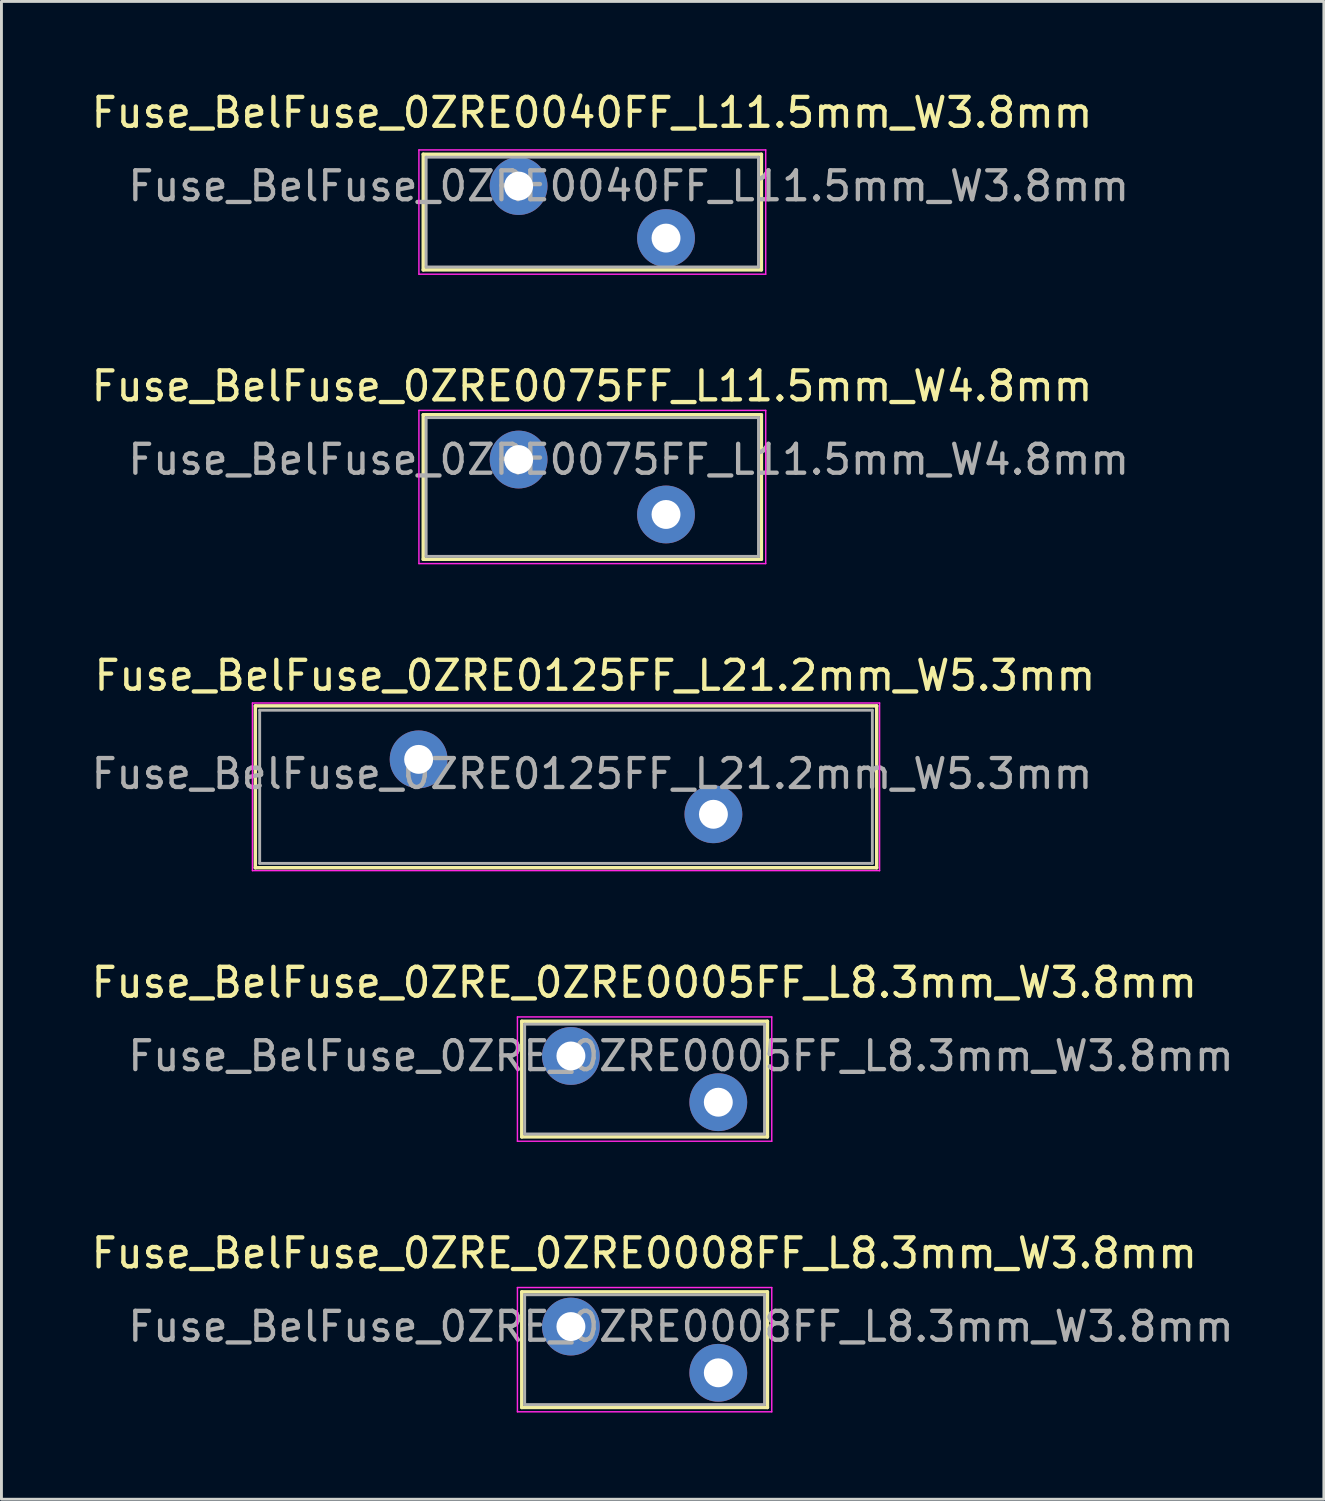
<source format=kicad_pcb>
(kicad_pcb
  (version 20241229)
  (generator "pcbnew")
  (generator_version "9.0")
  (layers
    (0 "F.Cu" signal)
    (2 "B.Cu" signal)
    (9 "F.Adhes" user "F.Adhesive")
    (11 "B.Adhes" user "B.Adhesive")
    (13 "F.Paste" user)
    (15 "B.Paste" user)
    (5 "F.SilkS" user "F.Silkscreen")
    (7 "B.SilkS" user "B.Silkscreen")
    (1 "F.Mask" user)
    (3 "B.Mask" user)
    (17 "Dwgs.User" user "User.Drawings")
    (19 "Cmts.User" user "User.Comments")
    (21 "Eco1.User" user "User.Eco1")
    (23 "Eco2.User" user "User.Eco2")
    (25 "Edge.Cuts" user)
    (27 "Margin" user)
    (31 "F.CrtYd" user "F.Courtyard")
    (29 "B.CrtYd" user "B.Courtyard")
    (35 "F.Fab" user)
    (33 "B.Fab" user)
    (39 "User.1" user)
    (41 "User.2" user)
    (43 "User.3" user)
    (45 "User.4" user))
  (footprint "Fuse_BelFuse_0ZRE_0ZRE0008FF_L8.3mm_W3.8mm"
    (layer "F.Cu")
    (at 16.704 42.851)
    (property "Reference" "Fuse_BelFuse_0ZRE_0ZRE0008FF_L8.3mm_W3.8mm" (at 2.54 -2.54 0) (layer "F.SilkS") (effects (font (size 1 1) (thickness 0.15))))
    (attr through_hole)
    (fp_line (start -1.7 -1.2) (end -1.7 2.8) (stroke (width 0.12) (type solid)) (layer "F.SilkS"))
    (fp_line (start -1.7 -1.2) (end 6.8 -1.2) (stroke (width 0.12) (type solid)) (layer "F.SilkS"))
    (fp_line (start -1.7 2.8) (end 6.8 2.8) (stroke (width 0.12) (type solid)) (layer "F.SilkS"))
    (fp_line (start 6.8 -1.2) (end 6.8 2.8) (stroke (width 0.12) (type solid)) (layer "F.SilkS"))
    (fp_line (start -1.85 -1.35) (end -1.85 2.95) (stroke (width 0.05) (type solid)) (layer "F.CrtYd"))
    (fp_line (start -1.85 -1.35) (end 6.95 -1.35) (stroke (width 0.05) (type solid)) (layer "F.CrtYd"))
    (fp_line (start -1.85 2.95) (end 6.95 2.95) (stroke (width 0.05) (type solid)) (layer "F.CrtYd"))
    (fp_line (start 6.95 -1.35) (end 6.95 2.95) (stroke (width 0.05) (type solid)) (layer "F.CrtYd"))
    (fp_line (start -1.6 -1.1) (end -1.6 2.7) (stroke (width 0.1) (type solid)) (layer "F.Fab"))
    (fp_line (start -1.6 -1.1) (end 6.7 -1.1) (stroke (width 0.1) (type solid)) (layer "F.Fab"))
    (fp_line (start -1.6 2.7) (end 6.7 2.7) (stroke (width 0.1) (type solid)) (layer "F.Fab"))
    (fp_line (start 6.7 -1.1) (end 6.7 2.7) (stroke (width 0.1) (type solid)) (layer "F.Fab"))
    (fp_text user "${REFERENCE}" (at 3.81 0 0) (layer "F.Fab") (effects (font (size 1 1) (thickness 0.15))))
    (pad "1" thru_hole circle (at 0 0) (size 2 2) (drill 1) (layers "*.Cu" "*.Mask"))
    (pad "2" thru_hole circle (at 5.1 1.6) (size 2 2) (drill 1) (layers "*.Cu" "*.Mask")))
  (footprint "Fuse_BelFuse_0ZRE0040FF_L11.5mm_W3.8mm"
    (layer "F.Cu")
    (at 14.895 3.388)
    (property "Reference" "Fuse_BelFuse_0ZRE0040FF_L11.5mm_W3.8mm" (at 2.54 -2.54 0) (layer "F.SilkS") (effects (font (size 1 1) (thickness 0.15))))
    (attr through_hole)
    (fp_line (start -3.3 -1.1) (end -3.3 2.9) (stroke (width 0.12) (type solid)) (layer "F.SilkS"))
    (fp_line (start -3.3 -1.1) (end 8.4 -1.1) (stroke (width 0.12) (type solid)) (layer "F.SilkS"))
    (fp_line (start -3.3 2.9) (end 8.4 2.9) (stroke (width 0.12) (type solid)) (layer "F.SilkS"))
    (fp_line (start 8.4 -1.1) (end 8.4 2.9) (stroke (width 0.12) (type solid)) (layer "F.SilkS"))
    (fp_line (start -3.45 -1.25) (end -3.45 3.05) (stroke (width 0.05) (type solid)) (layer "F.CrtYd"))
    (fp_line (start -3.45 -1.25) (end 8.55 -1.25) (stroke (width 0.05) (type solid)) (layer "F.CrtYd"))
    (fp_line (start -3.45 3.05) (end 8.55 3.05) (stroke (width 0.05) (type solid)) (layer "F.CrtYd"))
    (fp_line (start 8.55 -1.25) (end 8.55 3.05) (stroke (width 0.05) (type solid)) (layer "F.CrtYd"))
    (fp_line (start -3.2 -1) (end -3.2 2.8) (stroke (width 0.1) (type solid)) (layer "F.Fab"))
    (fp_line (start -3.2 -1) (end 8.3 -1) (stroke (width 0.1) (type solid)) (layer "F.Fab"))
    (fp_line (start -3.2 2.8) (end 8.3 2.8) (stroke (width 0.1) (type solid)) (layer "F.Fab"))
    (fp_line (start 8.3 -1) (end 8.3 2.8) (stroke (width 0.1) (type solid)) (layer "F.Fab"))
    (fp_text user "${REFERENCE}" (at 3.81 0 0) (layer "F.Fab") (effects (font (size 1 1) (thickness 0.15))))
    (pad "1" thru_hole circle (at 0 0) (size 2 2) (drill 1) (layers "*.Cu" "*.Mask"))
    (pad "2" thru_hole circle (at 5.1 1.8) (size 2 2) (drill 1) (layers "*.Cu" "*.Mask")))
  (footprint "Fuse_BelFuse_0ZRE0125FF_L21.2mm_W5.3mm"
    (layer "F.Cu")
    (at 11.435 23.225)
    (property "Reference" "Fuse_BelFuse_0ZRE0125FF_L21.2mm_W5.3mm" (at 6.1 -2.9 0) (layer "F.SilkS") (effects (font (size 1 1) (thickness 0.15))))
    (attr through_hole)
    (fp_line (start -5.65 -1.85) (end -5.65 3.75) (stroke (width 0.12) (type solid)) (layer "F.SilkS"))
    (fp_line (start -5.65 -1.85) (end 15.85 -1.85) (stroke (width 0.12) (type solid)) (layer "F.SilkS"))
    (fp_line (start -5.65 3.75) (end 15.85 3.75) (stroke (width 0.12) (type solid)) (layer "F.SilkS"))
    (fp_line (start 15.85 -1.85) (end 15.85 3.75) (stroke (width 0.12) (type solid)) (layer "F.SilkS"))
    (fp_line (start -5.75 -1.95) (end -5.75 3.85) (stroke (width 0.05) (type solid)) (layer "F.CrtYd"))
    (fp_line (start -5.75 -1.95) (end 15.95 -1.95) (stroke (width 0.05) (type solid)) (layer "F.CrtYd"))
    (fp_line (start -5.75 3.85) (end 15.95 3.85) (stroke (width 0.05) (type solid)) (layer "F.CrtYd"))
    (fp_line (start 15.95 -1.95) (end 15.95 3.85) (stroke (width 0.05) (type solid)) (layer "F.CrtYd"))
    (fp_line (start -5.5 -1.7) (end -5.5 3.6) (stroke (width 0.1) (type solid)) (layer "F.Fab"))
    (fp_line (start -5.5 -1.7) (end 15.7 -1.7) (stroke (width 0.1) (type solid)) (layer "F.Fab"))
    (fp_line (start -5.5 3.6) (end 15.7 3.6) (stroke (width 0.1) (type solid)) (layer "F.Fab"))
    (fp_line (start 15.7 -1.7) (end 15.7 3.6) (stroke (width 0.1) (type solid)) (layer "F.Fab"))
    (fp_text user "${REFERENCE}" (at 6 0.5 0) (layer "F.Fab") (effects (font (size 1 1) (thickness 0.15))))
    (pad "1" thru_hole circle (at 0 0) (size 2 2) (drill 1) (layers "*.Cu" "*.Mask"))
    (pad "2" thru_hole circle (at 10.2 1.9) (size 2 2) (drill 1) (layers "*.Cu" "*.Mask")))
  (footprint "Fuse_BelFuse_0ZRE0075FF_L11.5mm_W4.8mm"
    (layer "F.Cu")
    (at 14.895 12.851)
    (property "Reference" "Fuse_BelFuse_0ZRE0075FF_L11.5mm_W4.8mm" (at 2.54 -2.54 0) (layer "F.SilkS") (effects (font (size 1 1) (thickness 0.15))))
    (attr through_hole)
    (fp_line (start -3.3 -1.55) (end -3.3 3.45) (stroke (width 0.12) (type solid)) (layer "F.SilkS"))
    (fp_line (start -3.3 -1.55) (end 8.4 -1.55) (stroke (width 0.12) (type solid)) (layer "F.SilkS"))
    (fp_line (start -3.3 3.45) (end 8.4 3.45) (stroke (width 0.12) (type solid)) (layer "F.SilkS"))
    (fp_line (start 8.4 -1.55) (end 8.4 3.45) (stroke (width 0.12) (type solid)) (layer "F.SilkS"))
    (fp_line (start -3.45 -1.7) (end -3.45 3.6) (stroke (width 0.05) (type solid)) (layer "F.CrtYd"))
    (fp_line (start -3.45 -1.7) (end 8.55 -1.7) (stroke (width 0.05) (type solid)) (layer "F.CrtYd"))
    (fp_line (start -3.45 3.6) (end 8.55 3.6) (stroke (width 0.05) (type solid)) (layer "F.CrtYd"))
    (fp_line (start 8.55 -1.7) (end 8.55 3.6) (stroke (width 0.05) (type solid)) (layer "F.CrtYd"))
    (fp_line (start -3.2 -1.45) (end -3.2 3.35) (stroke (width 0.1) (type solid)) (layer "F.Fab"))
    (fp_line (start -3.2 -1.45) (end 8.3 -1.45) (stroke (width 0.1) (type solid)) (layer "F.Fab"))
    (fp_line (start -3.2 3.35) (end 8.3 3.35) (stroke (width 0.1) (type solid)) (layer "F.Fab"))
    (fp_line (start 8.3 -1.45) (end 8.3 3.35) (stroke (width 0.1) (type solid)) (layer "F.Fab"))
    (fp_text user "${REFERENCE}" (at 3.81 0 0) (layer "F.Fab") (effects (font (size 1 1) (thickness 0.15))))
    (pad "1" thru_hole circle (at 0 0) (size 2 2) (drill 1) (layers "*.Cu" "*.Mask"))
    (pad "2" thru_hole circle (at 5.1 1.9) (size 2 2) (drill 1) (layers "*.Cu" "*.Mask")))
  (footprint "Fuse_BelFuse_0ZRE_0ZRE0005FF_L8.3mm_W3.8mm"
    (layer "F.Cu")
    (at 16.704 33.488)
    (property "Reference" "Fuse_BelFuse_0ZRE_0ZRE0005FF_L8.3mm_W3.8mm" (at 2.54 -2.54 0) (layer "F.SilkS") (effects (font (size 1 1) (thickness 0.15))))
    (attr through_hole)
    (fp_line (start -1.7 -1.2) (end -1.7 2.8) (stroke (width 0.12) (type solid)) (layer "F.SilkS"))
    (fp_line (start -1.7 -1.2) (end 6.8 -1.2) (stroke (width 0.12) (type solid)) (layer "F.SilkS"))
    (fp_line (start -1.7 2.8) (end 6.8 2.8) (stroke (width 0.12) (type solid)) (layer "F.SilkS"))
    (fp_line (start 6.8 -1.2) (end 6.8 2.8) (stroke (width 0.12) (type solid)) (layer "F.SilkS"))
    (fp_line (start -1.85 -1.35) (end -1.85 2.95) (stroke (width 0.05) (type solid)) (layer "F.CrtYd"))
    (fp_line (start -1.85 -1.35) (end 6.95 -1.35) (stroke (width 0.05) (type solid)) (layer "F.CrtYd"))
    (fp_line (start -1.85 2.95) (end 6.95 2.95) (stroke (width 0.05) (type solid)) (layer "F.CrtYd"))
    (fp_line (start 6.95 -1.35) (end 6.95 2.95) (stroke (width 0.05) (type solid)) (layer "F.CrtYd"))
    (fp_line (start -1.6 -1.1) (end -1.6 2.7) (stroke (width 0.1) (type solid)) (layer "F.Fab"))
    (fp_line (start -1.6 -1.1) (end 6.7 -1.1) (stroke (width 0.1) (type solid)) (layer "F.Fab"))
    (fp_line (start -1.6 2.7) (end 6.7 2.7) (stroke (width 0.1) (type solid)) (layer "F.Fab"))
    (fp_line (start 6.7 -1.1) (end 6.7 2.7) (stroke (width 0.1) (type solid)) (layer "F.Fab"))
    (fp_text user "${REFERENCE}" (at 3.81 0 0) (layer "F.Fab") (effects (font (size 1 1) (thickness 0.15))))
    (pad "1" thru_hole circle (at 0 0) (size 2 2) (drill 1) (layers "*.Cu" "*.Mask"))
    (pad "2" thru_hole circle (at 5.1 1.6) (size 2 2) (drill 1) (layers "*.Cu" "*.Mask")))
  (gr_rect
    (start -3 -3)
    (end 42.758 48.826)
    (stroke (width 0.1) (type default))
    (fill no)
    (layer "Edge.Cuts")))
</source>
